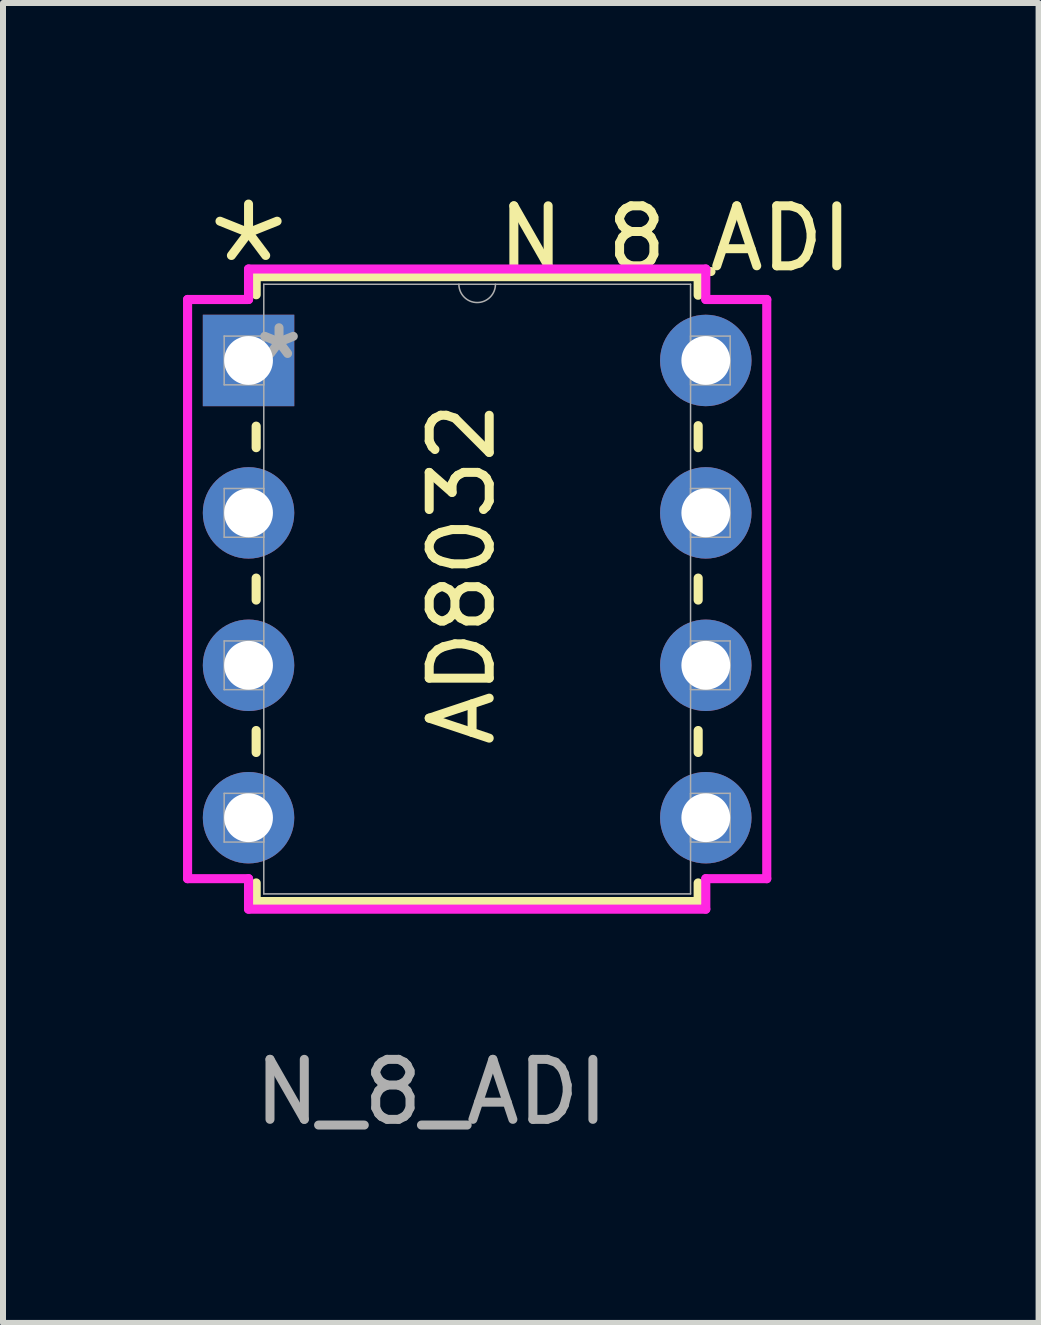
<source format=kicad_pcb>
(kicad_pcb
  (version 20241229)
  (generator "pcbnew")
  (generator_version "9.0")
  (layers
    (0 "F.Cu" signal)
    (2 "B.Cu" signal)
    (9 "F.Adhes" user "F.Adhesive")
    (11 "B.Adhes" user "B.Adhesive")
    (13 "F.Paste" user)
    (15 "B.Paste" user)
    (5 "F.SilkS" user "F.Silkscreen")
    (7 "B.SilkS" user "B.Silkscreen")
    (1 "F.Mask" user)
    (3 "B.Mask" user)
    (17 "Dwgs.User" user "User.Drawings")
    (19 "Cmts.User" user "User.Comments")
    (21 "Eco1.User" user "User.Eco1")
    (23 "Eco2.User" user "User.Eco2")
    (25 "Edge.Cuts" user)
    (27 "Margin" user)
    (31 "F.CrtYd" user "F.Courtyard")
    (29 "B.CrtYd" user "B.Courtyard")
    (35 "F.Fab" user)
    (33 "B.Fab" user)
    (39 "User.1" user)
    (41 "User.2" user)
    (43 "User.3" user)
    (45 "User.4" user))
  (footprint "N_8_ADI"
    (layer "F.Cu")
    (at 1.092 2.957)
    (property "Reference" "N_8_ADI" (at 7.112 -2.032 0) (unlocked yes) (layer "F.SilkS") (effects (font (size 1 1) (thickness 0.15))))
    (attr through_hole)
    (fp_line (start 0.127 -1.397) (end 0.127 -1.095) (stroke (width 0.152) (type solid)) (layer "F.SilkS"))
    (fp_line (start 0.127 1.095) (end 0.127 1.453) (stroke (width 0.152) (type solid)) (layer "F.SilkS"))
    (fp_line (start 0.127 3.627) (end 0.127 3.993) (stroke (width 0.152) (type solid)) (layer "F.SilkS"))
    (fp_line (start 0.127 6.167) (end 0.127 6.533) (stroke (width 0.152) (type solid)) (layer "F.SilkS"))
    (fp_line (start 0.127 8.707) (end 0.127 9.017) (stroke (width 0.152) (type solid)) (layer "F.SilkS"))
    (fp_line (start 0.127 9.017) (end 7.493 9.017) (stroke (width 0.152) (type solid)) (layer "F.SilkS"))
    (fp_line (start 7.493 -1.397) (end 0.127 -1.397) (stroke (width 0.152) (type solid)) (layer "F.SilkS"))
    (fp_line (start 7.493 -1.087) (end 7.493 -1.397) (stroke (width 0.152) (type solid)) (layer "F.SilkS"))
    (fp_line (start 7.493 1.453) (end 7.493 1.087) (stroke (width 0.152) (type solid)) (layer "F.SilkS"))
    (fp_line (start 7.493 3.993) (end 7.493 3.627) (stroke (width 0.152) (type solid)) (layer "F.SilkS"))
    (fp_line (start 7.493 6.533) (end 7.493 6.167) (stroke (width 0.152) (type solid)) (layer "F.SilkS"))
    (fp_line (start 7.493 9.017) (end 7.493 8.707) (stroke (width 0.152) (type solid)) (layer "F.SilkS"))
    (fp_line (start -1.016 -1.016) (end 0 -1.016) (stroke (width 0.152) (type solid)) (layer "F.CrtYd"))
    (fp_line (start -1.016 8.636) (end -1.016 -1.016) (stroke (width 0.152) (type solid)) (layer "F.CrtYd"))
    (fp_line (start 0 -1.524) (end 7.62 -1.524) (stroke (width 0.152) (type solid)) (layer "F.CrtYd"))
    (fp_line (start 0 -1.016) (end 0 -1.524) (stroke (width 0.152) (type solid)) (layer "F.CrtYd"))
    (fp_line (start 0 8.636) (end -1.016 8.636) (stroke (width 0.152) (type solid)) (layer "F.CrtYd"))
    (fp_line (start 0 9.144) (end 0 8.636) (stroke (width 0.152) (type solid)) (layer "F.CrtYd"))
    (fp_line (start 7.62 -1.524) (end 7.62 -1.016) (stroke (width 0.152) (type solid)) (layer "F.CrtYd"))
    (fp_line (start 7.62 8.636) (end 7.62 9.144) (stroke (width 0.152) (type solid)) (layer "F.CrtYd"))
    (fp_line (start 7.62 9.144) (end 0 9.144) (stroke (width 0.152) (type solid)) (layer "F.CrtYd"))
    (fp_line (start 8.636 -1.016) (end 7.62 -1.016) (stroke (width 0.152) (type solid)) (layer "F.CrtYd"))
    (fp_line (start 8.636 -1.016) (end 8.636 8.636) (stroke (width 0.152) (type solid)) (layer "F.CrtYd"))
    (fp_line (start 8.636 8.636) (end 7.62 8.636) (stroke (width 0.152) (type solid)) (layer "F.CrtYd"))
    (fp_line (start -0.406 -0.406) (end -0.406 0.406) (stroke (width 0.025) (type solid)) (layer "F.Fab"))
    (fp_line (start -0.406 0.406) (end 0.254 0.406) (stroke (width 0.025) (type solid)) (layer "F.Fab"))
    (fp_line (start -0.406 2.134) (end -0.406 2.946) (stroke (width 0.025) (type solid)) (layer "F.Fab"))
    (fp_line (start -0.406 2.946) (end 0.254 2.946) (stroke (width 0.025) (type solid)) (layer "F.Fab"))
    (fp_line (start -0.406 4.674) (end -0.406 5.486) (stroke (width 0.025) (type solid)) (layer "F.Fab"))
    (fp_line (start -0.406 5.486) (end 0.254 5.486) (stroke (width 0.025) (type solid)) (layer "F.Fab"))
    (fp_line (start -0.406 7.214) (end -0.406 8.026) (stroke (width 0.025) (type solid)) (layer "F.Fab"))
    (fp_line (start -0.406 8.026) (end 0.254 8.026) (stroke (width 0.025) (type solid)) (layer "F.Fab"))
    (fp_line (start 0.254 -1.27) (end 0.254 8.89) (stroke (width 0.025) (type solid)) (layer "F.Fab"))
    (fp_line (start 0.254 -0.406) (end -0.406 -0.406) (stroke (width 0.025) (type solid)) (layer "F.Fab"))
    (fp_line (start 0.254 0.406) (end 0.254 -0.406) (stroke (width 0.025) (type solid)) (layer "F.Fab"))
    (fp_line (start 0.254 2.134) (end -0.406 2.134) (stroke (width 0.025) (type solid)) (layer "F.Fab"))
    (fp_line (start 0.254 2.946) (end 0.254 2.134) (stroke (width 0.025) (type solid)) (layer "F.Fab"))
    (fp_line (start 0.254 4.674) (end -0.406 4.674) (stroke (width 0.025) (type solid)) (layer "F.Fab"))
    (fp_line (start 0.254 5.486) (end 0.254 4.674) (stroke (width 0.025) (type solid)) (layer "F.Fab"))
    (fp_line (start 0.254 7.214) (end -0.406 7.214) (stroke (width 0.025) (type solid)) (layer "F.Fab"))
    (fp_line (start 0.254 8.026) (end 0.254 7.214) (stroke (width 0.025) (type solid)) (layer "F.Fab"))
    (fp_line (start 0.254 8.89) (end 7.366 8.89) (stroke (width 0.025) (type solid)) (layer "F.Fab"))
    (fp_line (start 7.366 -1.27) (end 0.254 -1.27) (stroke (width 0.025) (type solid)) (layer "F.Fab"))
    (fp_line (start 7.366 -0.406) (end 7.366 0.406) (stroke (width 0.025) (type solid)) (layer "F.Fab"))
    (fp_line (start 7.366 0.406) (end 8.026 0.406) (stroke (width 0.025) (type solid)) (layer "F.Fab"))
    (fp_line (start 7.366 2.134) (end 7.366 2.946) (stroke (width 0.025) (type solid)) (layer "F.Fab"))
    (fp_line (start 7.366 2.946) (end 8.026 2.946) (stroke (width 0.025) (type solid)) (layer "F.Fab"))
    (fp_line (start 7.366 4.674) (end 7.366 5.486) (stroke (width 0.025) (type solid)) (layer "F.Fab"))
    (fp_line (start 7.366 5.486) (end 8.026 5.486) (stroke (width 0.025) (type solid)) (layer "F.Fab"))
    (fp_line (start 7.366 7.214) (end 7.366 8.026) (stroke (width 0.025) (type solid)) (layer "F.Fab"))
    (fp_line (start 7.366 8.026) (end 8.026 8.026) (stroke (width 0.025) (type solid)) (layer "F.Fab"))
    (fp_line (start 7.366 8.89) (end 7.366 -1.27) (stroke (width 0.025) (type solid)) (layer "F.Fab"))
    (fp_line (start 8.026 -0.406) (end 7.366 -0.406) (stroke (width 0.025) (type solid)) (layer "F.Fab"))
    (fp_line (start 8.026 0.406) (end 8.026 -0.406) (stroke (width 0.025) (type solid)) (layer "F.Fab"))
    (fp_line (start 8.026 2.134) (end 7.366 2.134) (stroke (width 0.025) (type solid)) (layer "F.Fab"))
    (fp_line (start 8.026 2.946) (end 8.026 2.134) (stroke (width 0.025) (type solid)) (layer "F.Fab"))
    (fp_line (start 8.026 4.674) (end 7.366 4.674) (stroke (width 0.025) (type solid)) (layer "F.Fab"))
    (fp_line (start 8.026 5.486) (end 8.026 4.674) (stroke (width 0.025) (type solid)) (layer "F.Fab"))
    (fp_line (start 8.026 7.214) (end 7.366 7.214) (stroke (width 0.025) (type solid)) (layer "F.Fab"))
    (fp_line (start 8.026 8.026) (end 8.026 7.214) (stroke (width 0.025) (type solid)) (layer "F.Fab"))
    (fp_arc (start 4.1148 -1.27) (mid 3.81 -0.9652) (end 3.5052 -1.27) (stroke (width 0.0254) (type solid)) (layer "F.Fab"))
    (fp_text user "AD8032" (at 3.556 3.556 270) (layer "F.SilkS") (effects (font (size 1 1) (thickness 0.15))))
    (fp_text user "*" (at 0 -1.524 0) (layer "F.SilkS") (effects (font (size 2 2) (thickness 0.15))))
    (fp_text user "*" (at 0.508 0 0) (layer "F.Fab") (effects (font (size 1 1) (thickness 0.15))))
    (fp_text user "${REFERENCE}" (at 3.048 12.192 0) (unlocked yes) (layer "F.Fab") (effects (font (size 1 1) (thickness 0.15))))
    (pad "1" thru_hole rect (at 0 0) (size 1.524 1.524) (drill 0.813) (layers "*.Cu" "*.Mask"))
    (pad "2" thru_hole circle (at 0 2.54) (size 1.524 1.524) (drill 0.813) (layers "*.Cu" "*.Mask"))
    (pad "3" thru_hole circle (at 0 5.08) (size 1.524 1.524) (drill 0.813) (layers "*.Cu" "*.Mask"))
    (pad "4" thru_hole circle (at 0 7.62) (size 1.524 1.524) (drill 0.813) (layers "*.Cu" "*.Mask"))
    (pad "5" thru_hole circle (at 7.62 7.62) (size 1.524 1.524) (drill 0.813) (layers "*.Cu" "*.Mask"))
    (pad "6" thru_hole circle (at 7.62 5.08) (size 1.524 1.524) (drill 0.813) (layers "*.Cu" "*.Mask"))
    (pad "7" thru_hole circle (at 7.62 2.54) (size 1.524 1.524) (drill 0.813) (layers "*.Cu" "*.Mask"))
    (pad "8" thru_hole circle (at 7.62 0) (size 1.524 1.524) (drill 0.813) (layers "*.Cu" "*.Mask")))
  (gr_rect
    (start -3 -3)
    (end 14.258 18.997)
    (stroke (width 0.1) (type default))
    (fill no)
    (layer "Edge.Cuts")))
</source>
